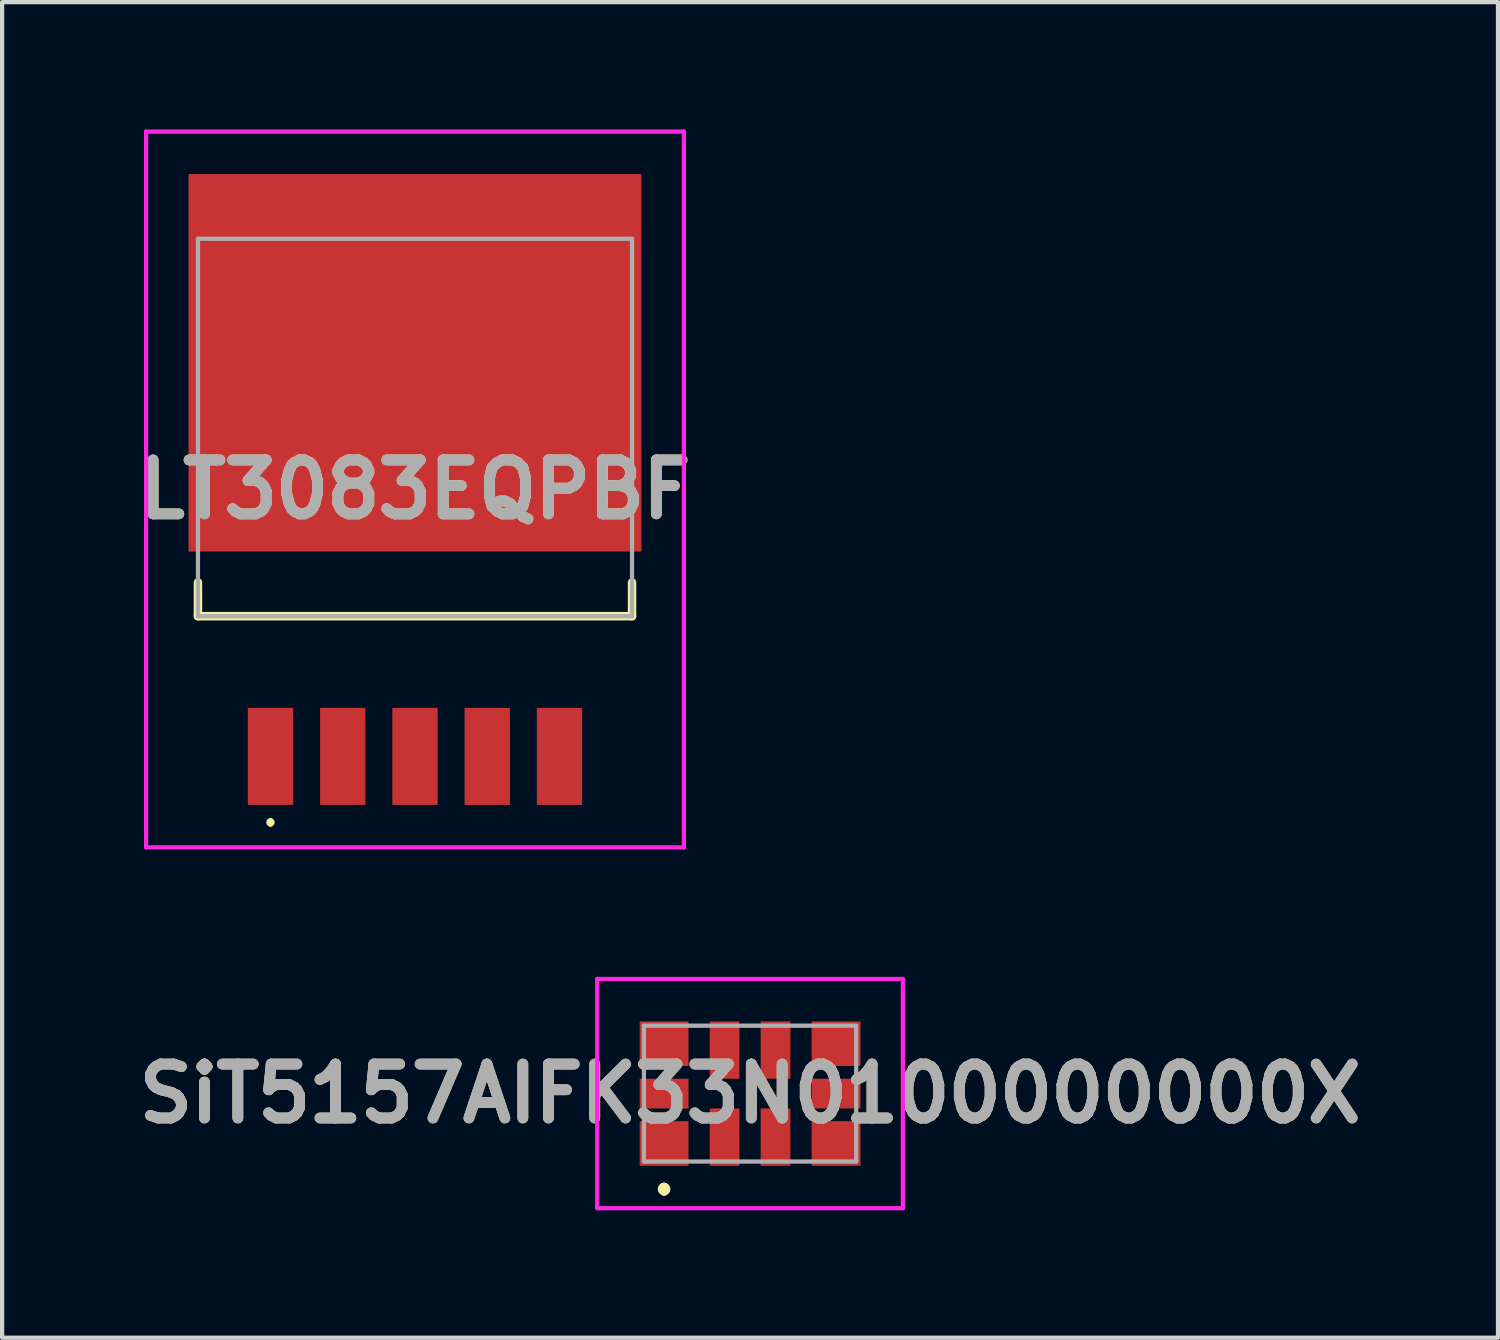
<source format=kicad_pcb>
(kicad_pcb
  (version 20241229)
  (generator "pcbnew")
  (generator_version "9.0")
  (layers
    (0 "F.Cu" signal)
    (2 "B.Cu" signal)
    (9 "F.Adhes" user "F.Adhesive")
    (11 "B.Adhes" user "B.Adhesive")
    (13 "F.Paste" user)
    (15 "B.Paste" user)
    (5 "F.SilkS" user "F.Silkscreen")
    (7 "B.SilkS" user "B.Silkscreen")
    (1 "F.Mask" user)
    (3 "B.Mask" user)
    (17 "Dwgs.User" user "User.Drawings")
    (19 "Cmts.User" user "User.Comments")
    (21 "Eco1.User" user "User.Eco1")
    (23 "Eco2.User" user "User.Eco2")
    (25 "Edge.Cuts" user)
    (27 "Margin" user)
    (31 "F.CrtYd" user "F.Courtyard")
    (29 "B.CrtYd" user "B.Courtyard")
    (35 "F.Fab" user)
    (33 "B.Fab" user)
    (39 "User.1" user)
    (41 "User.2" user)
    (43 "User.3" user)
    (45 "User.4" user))
  (footprint "SiT5157AIFK33N0100000000X"
    (layer "F.Cu")
    (at 14.617 22.709)
    (property "Reference" "SiT5157AIFK33N0100000000X" (at 0 0 0) (layer "F.SilkS") (effects (font (size 1.27 1.27) (thickness 0.254))))
    (attr smd)
    (fp_line (start -2.025 2.2) (end -2.025 2.2) (stroke (width 0.2) (type solid)) (layer "F.SilkS"))
    (fp_line (start -2.025 2.3) (end -2.025 2.2) (stroke (width 0.2) (type solid)) (layer "F.SilkS"))
    (fp_line (start -2.025 2.3) (end -2.025 2.3) (stroke (width 0.2) (type solid)) (layer "F.SilkS"))
    (fp_arc (start -2.025 2.2) (mid -1.975 2.25) (end -2.025 2.3) (stroke (width 0.2) (type solid)) (layer "F.SilkS"))
    (fp_arc (start -2.025 2.3) (mid -2.075 2.25) (end -2.025 2.2) (stroke (width 0.2) (type solid)) (layer "F.SilkS"))
    (fp_line (start -3.6 -2.7) (end 3.6 -2.7) (stroke (width 0.1) (type solid)) (layer "F.CrtYd"))
    (fp_line (start -3.6 2.7) (end -3.6 -2.7) (stroke (width 0.1) (type solid)) (layer "F.CrtYd"))
    (fp_line (start 3.6 -2.7) (end 3.6 2.7) (stroke (width 0.1) (type solid)) (layer "F.CrtYd"))
    (fp_line (start 3.6 2.7) (end -3.6 2.7) (stroke (width 0.1) (type solid)) (layer "F.CrtYd"))
    (fp_line (start -2.5 -1.6) (end 2.5 -1.6) (stroke (width 0.1) (type solid)) (layer "F.Fab"))
    (fp_line (start -2.5 1.6) (end -2.5 -1.6) (stroke (width 0.1) (type solid)) (layer "F.Fab"))
    (fp_line (start 2.5 -1.6) (end 2.5 1.6) (stroke (width 0.1) (type solid)) (layer "F.Fab"))
    (fp_line (start 2.5 1.6) (end -2.5 1.6) (stroke (width 0.1) (type solid)) (layer "F.Fab"))
    (fp_text user "${REFERENCE}" (at 0 0 0) (layer "F.Fab") (effects (font (size 1.27 1.27) (thickness 0.254))))
    (pad "1" smd rect (at -2.025 1.175 90) (size 1.05 1.15) (layers "F.Cu" "F.Mask" "F.Paste"))
    (pad "2" smd rect (at -0.6 1.025) (size 0.7 1.35) (layers "F.Cu" "F.Mask" "F.Paste"))
    (pad "3" smd rect (at 0.6 1.025) (size 0.7 1.35) (layers "F.Cu" "F.Mask" "F.Paste"))
    (pad "4" smd rect (at 2.025 1.175 90) (size 1.05 1.15) (layers "F.Cu" "F.Mask" "F.Paste"))
    (pad "5" smd rect (at 2.025 0 90) (size 0.7 1.15) (layers "F.Cu" "F.Mask" "F.Paste"))
    (pad "6" smd rect (at 2.025 -1.175 90) (size 1.05 1.15) (layers "F.Cu" "F.Mask" "F.Paste"))
    (pad "7" smd rect (at 0.6 -1.025) (size 0.7 1.35) (layers "F.Cu" "F.Mask" "F.Paste"))
    (pad "8" smd rect (at -0.6 -1.025) (size 0.7 1.35) (layers "F.Cu" "F.Mask" "F.Paste"))
    (pad "9" smd rect (at -2.025 -1.175 90) (size 1.05 1.15) (layers "F.Cu" "F.Mask" "F.Paste"))
    (pad "10" smd rect (at -2.025 0 90) (size 0.7 1.15) (layers "F.Cu" "F.Mask" "F.Paste")))
  (footprint "LT3083EQPBF"
    (layer "F.Cu")
    (at 6.725 8.67)
    (property "Reference" "LT3083EQPBF" (at 0 -0.191 0) (layer "F.SilkS") (effects (font (size 1.27 1.27) (thickness 0.254))))
    (attr smd)
    (fp_line (start -5.112 2) (end -5.112 2.794) (stroke (width 0.2) (type solid)) (layer "F.SilkS"))
    (fp_line (start -5.112 2.794) (end 5.112 2.794) (stroke (width 0.2) (type solid)) (layer "F.SilkS"))
    (fp_line (start -3.404 7.6) (end -3.404 7.6) (stroke (width 0.1) (type solid)) (layer "F.SilkS"))
    (fp_line (start -3.404 7.7) (end -3.404 7.7) (stroke (width 0.1) (type solid)) (layer "F.SilkS"))
    (fp_line (start 5.112 2.794) (end 5.112 2) (stroke (width 0.2) (type solid)) (layer "F.SilkS"))
    (fp_arc (start -3.404 7.6) (mid -3.354 7.65) (end -3.404 7.7) (stroke (width 0.1) (type solid)) (layer "F.SilkS"))
    (fp_arc (start -3.404 7.7) (mid -3.454 7.65) (end -3.404 7.6) (stroke (width 0.1) (type solid)) (layer "F.SilkS"))
    (fp_line (start -6.334 -8.62) (end 6.334 -8.62) (stroke (width 0.1) (type solid)) (layer "F.CrtYd"))
    (fp_line (start -6.334 8.239) (end -6.334 -8.62) (stroke (width 0.1) (type solid)) (layer "F.CrtYd"))
    (fp_line (start 6.334 -8.62) (end 6.334 8.239) (stroke (width 0.1) (type solid)) (layer "F.CrtYd"))
    (fp_line (start 6.334 8.239) (end -6.334 8.239) (stroke (width 0.1) (type solid)) (layer "F.CrtYd"))
    (fp_line (start -5.112 -6.096) (end 5.112 -6.096) (stroke (width 0.1) (type solid)) (layer "F.Fab"))
    (fp_line (start -5.112 2.794) (end -5.112 -6.096) (stroke (width 0.1) (type solid)) (layer "F.Fab"))
    (fp_line (start 5.112 -6.096) (end 5.112 2.794) (stroke (width 0.1) (type solid)) (layer "F.Fab"))
    (fp_line (start 5.112 2.794) (end -5.112 2.794) (stroke (width 0.1) (type solid)) (layer "F.Fab"))
    (fp_text user "${REFERENCE}" (at 0 -0.191 0) (layer "F.Fab") (effects (font (size 1.27 1.27) (thickness 0.254))))
    (pad "1" smd rect (at -3.404 6.096) (size 1.067 2.286) (layers "F.Cu" "F.Mask" "F.Paste"))
    (pad "2" smd rect (at -1.702 6.096) (size 1.067 2.286) (layers "F.Cu" "F.Mask" "F.Paste"))
    (pad "3" smd rect (at 0 6.096) (size 1.067 2.286) (layers "F.Cu" "F.Mask" "F.Paste"))
    (pad "4" smd rect (at 1.702 6.096) (size 1.067 2.286) (layers "F.Cu" "F.Mask" "F.Paste"))
    (pad "5" smd rect (at 3.404 6.096) (size 1.067 2.286) (layers "F.Cu" "F.Mask" "F.Paste"))
    (pad "6" smd rect (at 0 -3.175 90) (size 8.89 10.668) (layers "F.Cu" "F.Mask" "F.Paste")))
  (gr_rect
    (start -3 -3)
    (end 32.234 28.459)
    (stroke (width 0.1) (type default))
    (fill no)
    (layer "Edge.Cuts")))
</source>
